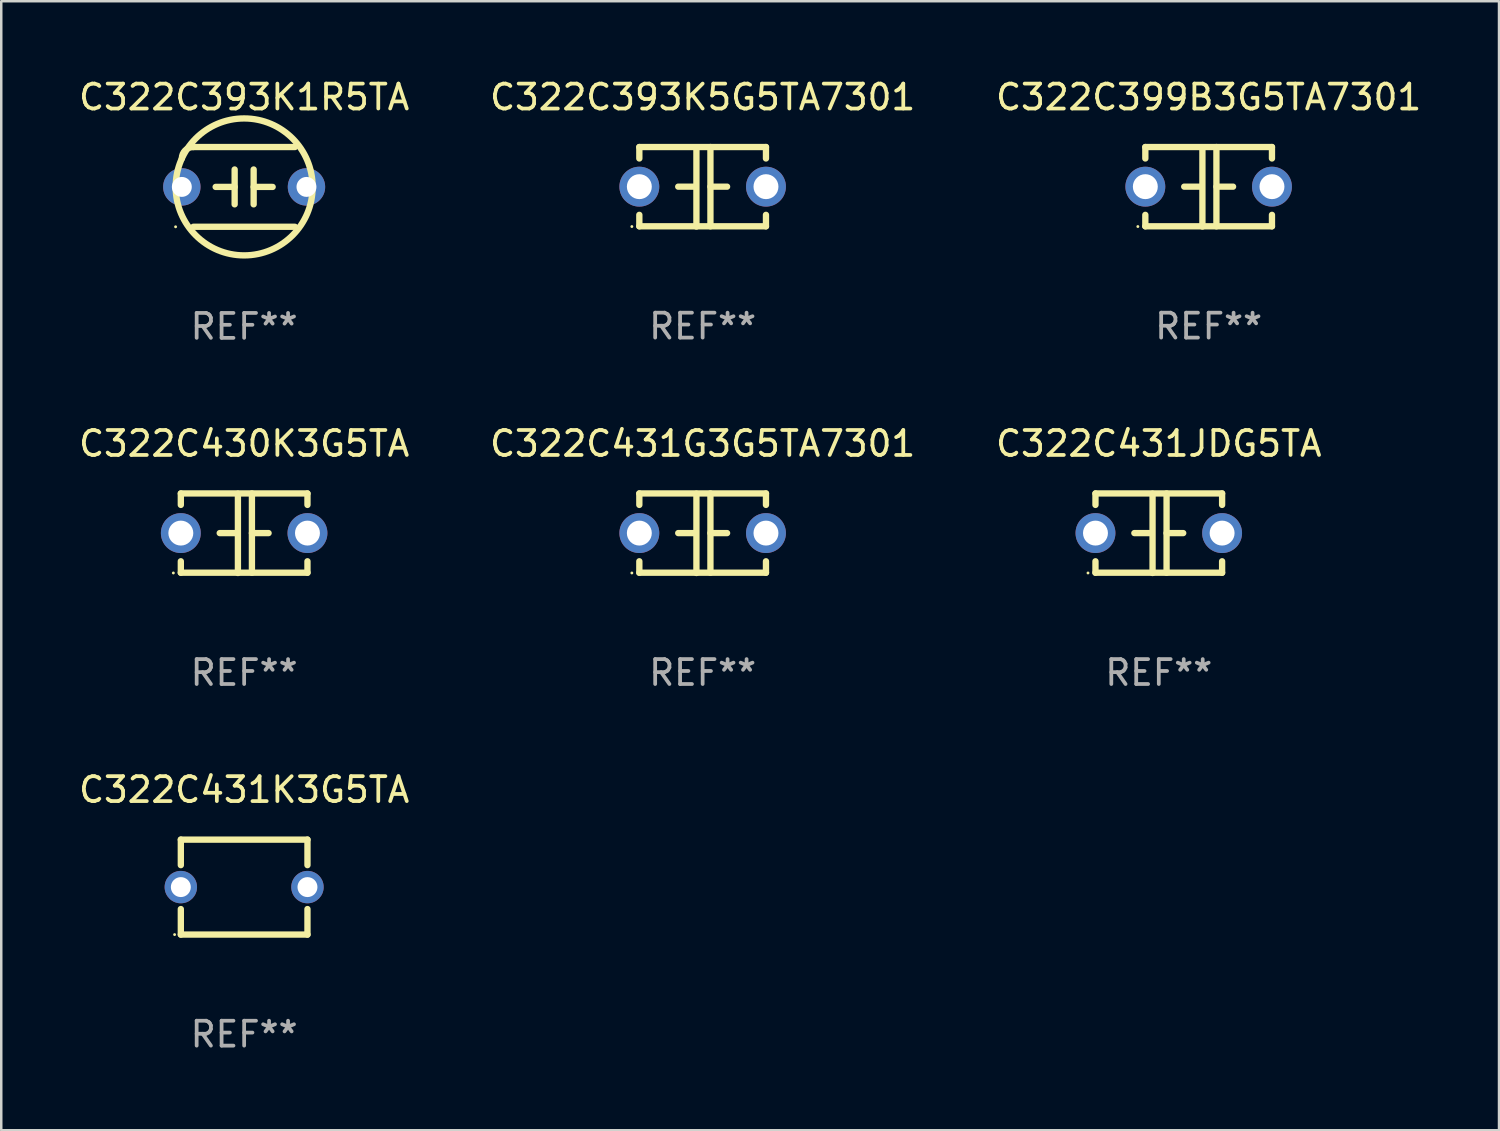
<source format=kicad_pcb>
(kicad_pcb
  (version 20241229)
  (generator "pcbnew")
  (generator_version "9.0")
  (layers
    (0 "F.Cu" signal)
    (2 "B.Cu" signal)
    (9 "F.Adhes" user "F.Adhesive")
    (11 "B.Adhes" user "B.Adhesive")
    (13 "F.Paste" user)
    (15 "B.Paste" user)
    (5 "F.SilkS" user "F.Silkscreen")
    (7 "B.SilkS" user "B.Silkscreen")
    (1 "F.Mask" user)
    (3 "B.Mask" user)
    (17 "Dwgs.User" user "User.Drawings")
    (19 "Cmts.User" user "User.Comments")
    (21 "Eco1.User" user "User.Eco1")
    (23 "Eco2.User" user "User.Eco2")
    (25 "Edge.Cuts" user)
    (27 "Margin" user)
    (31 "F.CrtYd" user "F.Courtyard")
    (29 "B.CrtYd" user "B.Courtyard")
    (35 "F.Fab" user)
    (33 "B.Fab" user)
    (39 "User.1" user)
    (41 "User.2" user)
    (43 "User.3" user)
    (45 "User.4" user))
  (footprint "C322C431JDG5TA"
    (layer "F.Cu")
    (at 43.435 18.34)
    (property "Reference" "C322C431JDG5TA" (at 0 -3.595 0) (layer "F.SilkS") (effects (font (size 1 1) (thickness 0.15))))
    (attr through_hole)
    (fp_line (start -2.54 -1.595) (end -2.54 -1.136) (stroke (width 0.254) (type solid)) (layer "F.SilkS"))
    (fp_line (start -2.54 -1.595) (end 2.54 -1.595) (stroke (width 0.254) (type solid)) (layer "F.SilkS"))
    (fp_line (start -2.54 1.126) (end -2.54 1.585) (stroke (width 0.254) (type solid)) (layer "F.SilkS"))
    (fp_line (start -0.312 -0.005) (end -0.98 -0.005) (stroke (width 0.254) (type solid)) (layer "F.SilkS"))
    (fp_line (start -0.25 -1.585) (end -0.25 1.595) (stroke (width 0.254) (type solid)) (layer "F.SilkS"))
    (fp_line (start 0.312 -1.595) (end 0.312 1.585) (stroke (width 0.254) (type solid)) (layer "F.SilkS"))
    (fp_line (start 0.312 -0.005) (end 0.98 -0.005) (stroke (width 0.254) (type solid)) (layer "F.SilkS"))
    (fp_line (start 2.54 -1.595) (end 2.54 -1.136) (stroke (width 0.254) (type solid)) (layer "F.SilkS"))
    (fp_line (start 2.54 1.126) (end 2.54 1.585) (stroke (width 0.254) (type solid)) (layer "F.SilkS"))
    (fp_line (start 2.54 1.585) (end -2.54 1.585) (stroke (width 0.254) (type solid)) (layer "F.SilkS"))
    (fp_circle (center -2.84 1.595) (end -2.81 1.595) (stroke (width 0.06) (type solid)) (fill no) (layer "F.SilkS"))
    (fp_text user "REF**" (at 0 5.595 0) (layer "F.Fab") (effects (font (size 1 1) (thickness 0.15))))
    (pad "1" thru_hole circle (at -2.54 -0.005) (size 1.6 1.6) (drill 1) (layers "*.Cu" "*.Mask"))
    (pad "2" thru_hole circle (at 2.54 -0.005) (size 1.6 1.6) (drill 1) (layers "*.Cu" "*.Mask")))
  (footprint "C322C430K3G5TA"
    (layer "F.Cu")
    (at 6.744 18.34)
    (property "Reference" "C322C430K3G5TA" (at 0 -3.595 0) (layer "F.SilkS") (effects (font (size 1 1) (thickness 0.15))))
    (attr through_hole)
    (fp_line (start -2.54 -1.595) (end -2.54 -1.136) (stroke (width 0.254) (type solid)) (layer "F.SilkS"))
    (fp_line (start -2.54 -1.595) (end 2.54 -1.595) (stroke (width 0.254) (type solid)) (layer "F.SilkS"))
    (fp_line (start -2.54 1.126) (end -2.54 1.585) (stroke (width 0.254) (type solid)) (layer "F.SilkS"))
    (fp_line (start -0.312 -0.005) (end -0.98 -0.005) (stroke (width 0.254) (type solid)) (layer "F.SilkS"))
    (fp_line (start -0.25 -1.585) (end -0.25 1.595) (stroke (width 0.254) (type solid)) (layer "F.SilkS"))
    (fp_line (start 0.312 -1.595) (end 0.312 1.585) (stroke (width 0.254) (type solid)) (layer "F.SilkS"))
    (fp_line (start 0.312 -0.005) (end 0.98 -0.005) (stroke (width 0.254) (type solid)) (layer "F.SilkS"))
    (fp_line (start 2.54 -1.595) (end 2.54 -1.136) (stroke (width 0.254) (type solid)) (layer "F.SilkS"))
    (fp_line (start 2.54 1.126) (end 2.54 1.585) (stroke (width 0.254) (type solid)) (layer "F.SilkS"))
    (fp_line (start 2.54 1.585) (end -2.54 1.585) (stroke (width 0.254) (type solid)) (layer "F.SilkS"))
    (fp_circle (center -2.84 1.595) (end -2.81 1.595) (stroke (width 0.06) (type solid)) (fill no) (layer "F.SilkS"))
    (fp_text user "REF**" (at 0 5.595 0) (layer "F.Fab") (effects (font (size 1 1) (thickness 0.15))))
    (pad "1" thru_hole circle (at -2.54 -0.005) (size 1.6 1.6) (drill 1) (layers "*.Cu" "*.Mask"))
    (pad "2" thru_hole circle (at 2.54 -0.005) (size 1.6 1.6) (drill 1) (layers "*.Cu" "*.Mask")))
  (footprint "C322C431K3G5TA"
    (layer "F.Cu")
    (at 6.744 32.536)
    (property "Reference" "C322C431K3G5TA" (at 0 -3.905 0) (layer "F.SilkS") (effects (font (size 1 1) (thickness 0.15))))
    (attr through_hole)
    (fp_line (start -2.54 -1.905) (end -2.54 -0.881) (stroke (width 0.254) (type solid)) (layer "F.SilkS"))
    (fp_line (start -2.54 0.881) (end -2.54 1.905) (stroke (width 0.254) (type solid)) (layer "F.SilkS"))
    (fp_line (start -2.54 1.905) (end 2.54 1.905) (stroke (width 0.254) (type solid)) (layer "F.SilkS"))
    (fp_line (start 2.54 -1.905) (end -2.54 -1.905) (stroke (width 0.254) (type solid)) (layer "F.SilkS"))
    (fp_line (start 2.54 -0.881) (end 2.54 -1.905) (stroke (width 0.254) (type solid)) (layer "F.SilkS"))
    (fp_line (start 2.54 1.905) (end 2.54 0.881) (stroke (width 0.254) (type solid)) (layer "F.SilkS"))
    (fp_circle (center -2.79 1.905) (end -2.76 1.905) (stroke (width 0.06) (type solid)) (fill no) (layer "F.SilkS"))
    (fp_text user "REF**" (at 0 5.905 0) (layer "F.Fab") (effects (font (size 1 1) (thickness 0.15))))
    (pad "1" thru_hole circle (at -2.54 0) (size 1.3 1.3) (drill 0.8) (layers "*.Cu" "*.Mask"))
    (pad "2" thru_hole circle (at 2.54 0) (size 1.3 1.3) (drill 0.8) (layers "*.Cu" "*.Mask")))
  (footprint "C322C393K1R5TA"
    (layer "F.Cu")
    (at 6.744 4.448)
    (property "Reference" "C322C393K1R5TA" (at 0 -3.6 0) (layer "F.SilkS") (effects (font (size 1 1) (thickness 0.15))))
    (attr through_hole)
    (fp_line (start -2.038 1.6) (end 2.038 1.6) (stroke (width 0.254) (type solid)) (layer "F.SilkS"))
    (fp_line (start -1.143 0) (end -0.381 0) (stroke (width 0.254) (type solid)) (layer "F.SilkS"))
    (fp_line (start -0.381 -0.699) (end -0.381 0.699) (stroke (width 0.254) (type solid)) (layer "F.SilkS"))
    (fp_line (start 0.381 -0.699) (end 0.381 0.699) (stroke (width 0.254) (type solid)) (layer "F.SilkS"))
    (fp_line (start 1.143 0) (end 0.381 0) (stroke (width 0.254) (type solid)) (layer "F.SilkS"))
    (fp_line (start 2.038 -1.6) (end -2.038 -1.6) (stroke (width 0.254) (type solid)) (layer "F.SilkS"))
    (fp_arc (start -2.500127 -1.137744) (mid -2.364728 -1.464626) (end -2.037846 -1.600025) (stroke (width 0.254001) (type solid)) (layer "F.SilkS"))
    (fp_arc (start -2.500127 1.137719) (mid 2.500149 -1.137741) (end -2.500127 1.137719) (stroke (width 0.254001) (type solid)) (layer "F.SilkS"))
    (fp_circle (center -2.75 1.6) (end -2.72 1.6) (stroke (width 0.06) (type solid)) (fill no) (layer "F.SilkS"))
    (fp_text user "REF**" (at 0 5.6 0) (layer "F.Fab") (effects (font (size 1 1) (thickness 0.15))))
    (pad "1" thru_hole circle (at -2.5 0) (size 1.5 1.5) (drill 0.8) (layers "*.Cu" "*.Mask"))
    (pad "2" thru_hole circle (at 2.5 0) (size 1.5 1.5) (drill 0.8) (layers "*.Cu" "*.Mask")))
  (footprint "C322C431G3G5TA7301"
    (layer "F.Cu")
    (at 25.137 18.34)
    (property "Reference" "C322C431G3G5TA7301" (at 0 -3.595 0) (layer "F.SilkS") (effects (font (size 1 1) (thickness 0.15))))
    (attr through_hole)
    (fp_line (start -2.54 -1.595) (end -2.54 -1.136) (stroke (width 0.254) (type solid)) (layer "F.SilkS"))
    (fp_line (start -2.54 -1.595) (end 2.54 -1.595) (stroke (width 0.254) (type solid)) (layer "F.SilkS"))
    (fp_line (start -2.54 1.126) (end -2.54 1.585) (stroke (width 0.254) (type solid)) (layer "F.SilkS"))
    (fp_line (start -0.312 -0.005) (end -0.98 -0.005) (stroke (width 0.254) (type solid)) (layer "F.SilkS"))
    (fp_line (start -0.25 -1.585) (end -0.25 1.595) (stroke (width 0.254) (type solid)) (layer "F.SilkS"))
    (fp_line (start 0.312 -1.595) (end 0.312 1.585) (stroke (width 0.254) (type solid)) (layer "F.SilkS"))
    (fp_line (start 0.312 -0.005) (end 0.98 -0.005) (stroke (width 0.254) (type solid)) (layer "F.SilkS"))
    (fp_line (start 2.54 -1.595) (end 2.54 -1.136) (stroke (width 0.254) (type solid)) (layer "F.SilkS"))
    (fp_line (start 2.54 1.126) (end 2.54 1.585) (stroke (width 0.254) (type solid)) (layer "F.SilkS"))
    (fp_line (start 2.54 1.585) (end -2.54 1.585) (stroke (width 0.254) (type solid)) (layer "F.SilkS"))
    (fp_circle (center -2.84 1.595) (end -2.81 1.595) (stroke (width 0.06) (type solid)) (fill no) (layer "F.SilkS"))
    (fp_text user "REF**" (at 0 5.595 0) (layer "F.Fab") (effects (font (size 1 1) (thickness 0.15))))
    (pad "1" thru_hole circle (at -2.54 -0.005) (size 1.6 1.6) (drill 1) (layers "*.Cu" "*.Mask"))
    (pad "2" thru_hole circle (at 2.54 -0.005) (size 1.6 1.6) (drill 1) (layers "*.Cu" "*.Mask")))
  (footprint "C322C399B3G5TA7301"
    (layer "F.Cu")
    (at 45.435 4.443)
    (property "Reference" "C322C399B3G5TA7301" (at 0 -3.595 0) (layer "F.SilkS") (effects (font (size 1 1) (thickness 0.15))))
    (attr through_hole)
    (fp_line (start -2.54 -1.595) (end -2.54 -1.136) (stroke (width 0.254) (type solid)) (layer "F.SilkS"))
    (fp_line (start -2.54 -1.595) (end 2.54 -1.595) (stroke (width 0.254) (type solid)) (layer "F.SilkS"))
    (fp_line (start -2.54 1.126) (end -2.54 1.585) (stroke (width 0.254) (type solid)) (layer "F.SilkS"))
    (fp_line (start -0.312 -0.005) (end -0.98 -0.005) (stroke (width 0.254) (type solid)) (layer "F.SilkS"))
    (fp_line (start -0.25 -1.585) (end -0.25 1.595) (stroke (width 0.254) (type solid)) (layer "F.SilkS"))
    (fp_line (start 0.312 -1.595) (end 0.312 1.585) (stroke (width 0.254) (type solid)) (layer "F.SilkS"))
    (fp_line (start 0.312 -0.005) (end 0.98 -0.005) (stroke (width 0.254) (type solid)) (layer "F.SilkS"))
    (fp_line (start 2.54 -1.595) (end 2.54 -1.136) (stroke (width 0.254) (type solid)) (layer "F.SilkS"))
    (fp_line (start 2.54 1.126) (end 2.54 1.585) (stroke (width 0.254) (type solid)) (layer "F.SilkS"))
    (fp_line (start 2.54 1.585) (end -2.54 1.585) (stroke (width 0.254) (type solid)) (layer "F.SilkS"))
    (fp_circle (center -2.84 1.595) (end -2.81 1.595) (stroke (width 0.06) (type solid)) (fill no) (layer "F.SilkS"))
    (fp_text user "REF**" (at 0 5.595 0) (layer "F.Fab") (effects (font (size 1 1) (thickness 0.15))))
    (pad "1" thru_hole circle (at -2.54 -0.005) (size 1.6 1.6) (drill 1) (layers "*.Cu" "*.Mask"))
    (pad "2" thru_hole circle (at 2.54 -0.005) (size 1.6 1.6) (drill 1) (layers "*.Cu" "*.Mask")))
  (footprint "C322C393K5G5TA7301"
    (layer "F.Cu")
    (at 25.137 4.443)
    (property "Reference" "C322C393K5G5TA7301" (at 0 -3.595 0) (layer "F.SilkS") (effects (font (size 1 1) (thickness 0.15))))
    (attr through_hole)
    (fp_line (start -2.54 -1.595) (end -2.54 -1.136) (stroke (width 0.254) (type solid)) (layer "F.SilkS"))
    (fp_line (start -2.54 -1.595) (end 2.54 -1.595) (stroke (width 0.254) (type solid)) (layer "F.SilkS"))
    (fp_line (start -2.54 1.126) (end -2.54 1.585) (stroke (width 0.254) (type solid)) (layer "F.SilkS"))
    (fp_line (start -0.312 -0.005) (end -0.98 -0.005) (stroke (width 0.254) (type solid)) (layer "F.SilkS"))
    (fp_line (start -0.25 -1.585) (end -0.25 1.595) (stroke (width 0.254) (type solid)) (layer "F.SilkS"))
    (fp_line (start 0.312 -1.595) (end 0.312 1.585) (stroke (width 0.254) (type solid)) (layer "F.SilkS"))
    (fp_line (start 0.312 -0.005) (end 0.98 -0.005) (stroke (width 0.254) (type solid)) (layer "F.SilkS"))
    (fp_line (start 2.54 -1.595) (end 2.54 -1.136) (stroke (width 0.254) (type solid)) (layer "F.SilkS"))
    (fp_line (start 2.54 1.126) (end 2.54 1.585) (stroke (width 0.254) (type solid)) (layer "F.SilkS"))
    (fp_line (start 2.54 1.585) (end -2.54 1.585) (stroke (width 0.254) (type solid)) (layer "F.SilkS"))
    (fp_circle (center -2.84 1.595) (end -2.81 1.595) (stroke (width 0.06) (type solid)) (fill no) (layer "F.SilkS"))
    (fp_text user "REF**" (at 0 5.595 0) (layer "F.Fab") (effects (font (size 1 1) (thickness 0.15))))
    (pad "1" thru_hole circle (at -2.54 -0.005) (size 1.6 1.6) (drill 1) (layers "*.Cu" "*.Mask"))
    (pad "2" thru_hole circle (at 2.54 -0.005) (size 1.6 1.6) (drill 1) (layers "*.Cu" "*.Mask")))
  (gr_rect
    (start -3 -3)
    (end 57.083 42.289)
    (stroke (width 0.1) (type default))
    (fill no)
    (layer "Edge.Cuts")))
</source>
